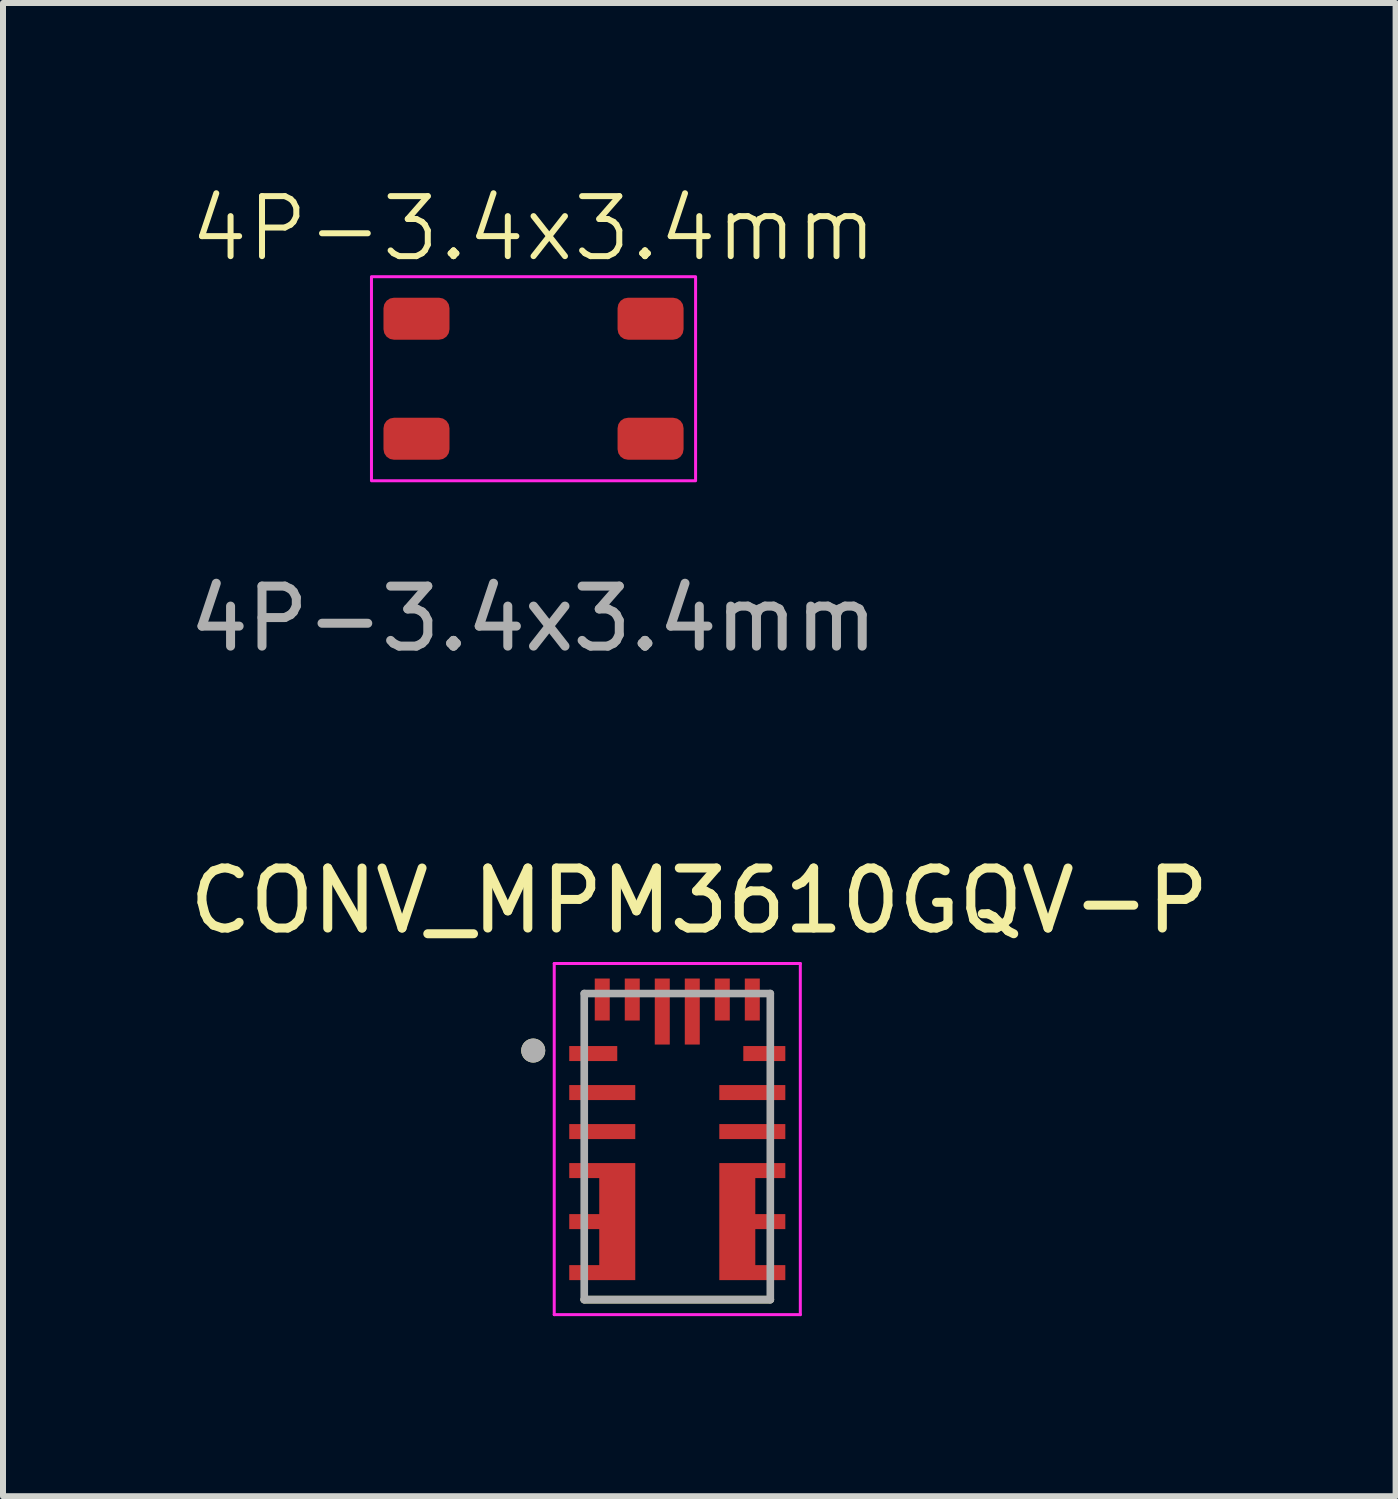
<source format=kicad_pcb>
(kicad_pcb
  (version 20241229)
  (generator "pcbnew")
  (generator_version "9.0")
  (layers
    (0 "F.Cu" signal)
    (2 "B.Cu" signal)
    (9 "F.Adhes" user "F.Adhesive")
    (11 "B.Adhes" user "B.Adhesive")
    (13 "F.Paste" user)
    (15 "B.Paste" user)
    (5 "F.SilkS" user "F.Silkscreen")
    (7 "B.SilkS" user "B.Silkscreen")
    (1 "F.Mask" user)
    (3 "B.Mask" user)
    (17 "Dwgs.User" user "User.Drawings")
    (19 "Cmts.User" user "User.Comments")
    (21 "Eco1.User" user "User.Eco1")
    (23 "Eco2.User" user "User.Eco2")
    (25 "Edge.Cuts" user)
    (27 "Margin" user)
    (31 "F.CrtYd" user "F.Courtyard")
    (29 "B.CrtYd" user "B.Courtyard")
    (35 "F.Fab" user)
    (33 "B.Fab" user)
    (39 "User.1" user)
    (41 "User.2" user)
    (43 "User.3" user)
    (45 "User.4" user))
  (footprint "CONV_MPM3610GQV-P"
    (layer "F.Cu")
    (at 8.234 16.053)
    (property "Reference" "CONV_MPM3610GQV-P" (at 0.367 -4.096 0) (layer "F.SilkS") (effects (font (size 1 1) (thickness 0.15))))
    (attr smd)
    (fp_poly (pts (xy -1.9 0.175) (xy -0.6 0.175) (xy -0.6 2.325) (xy -1.9 2.325) (xy -1.9 1.875) (xy -1.4 1.875) (xy -1.4 1.475) (xy -1.9 1.475) (xy -1.9 1.025) (xy -1.4 1.025) (xy -1.4 0.625) (xy -1.9 0.625) (xy -1.9 0.2)) (stroke (width 0.0001) (type solid)) (fill yes) (layer "F.Mask"))
    (fp_poly (pts (xy 1.9 0.175) (xy 0.6 0.175) (xy 0.6 2.325) (xy 1.9 2.325) (xy 1.9 1.875) (xy 1.4 1.875) (xy 1.4 1.475) (xy 1.9 1.475) (xy 1.9 1.025) (xy 1.4 1.025) (xy 1.4 0.625) (xy 1.9 0.625) (xy 1.9 0.2)) (stroke (width 0.0001) (type solid)) (fill yes) (layer "F.Mask"))
    (fp_line (start -1.55 2.55) (end 1.55 2.55) (stroke (width 0.127) (type solid)) (layer "F.SilkS"))
    (fp_circle (center -2.4 -1.6) (end -2.3 -1.6) (stroke (width 0.2) (type solid)) (fill no) (layer "F.SilkS"))
    (fp_poly (pts (xy -0.7 0.275) (xy -0.7 2.225) (xy -1.8 2.225) (xy -1.8 1.975) (xy -1.3 1.975) (xy -1.3 1.375) (xy -1.8 1.375) (xy -1.8 1.125) (xy -1.3 1.125) (xy -1.3 0.525) (xy -1.8 0.525) (xy -1.8 0.275)) (stroke (width 0.0001) (type solid)) (fill yes) (layer "F.Paste"))
    (fp_poly (pts (xy 0.7 0.275) (xy 0.7 2.225) (xy 1.3 2.225) (xy 1.8 2.225) (xy 1.8 1.975) (xy 1.3 1.975) (xy 1.3 1.375) (xy 1.8 1.375) (xy 1.8 1.125) (xy 1.3 1.125) (xy 1.3 0.525) (xy 1.8 0.525) (xy 1.8 0.275)) (stroke (width 0.0001) (type solid)) (fill yes) (layer "F.Paste"))
    (fp_line (start -2.05 -3.05) (end 2.05 -3.05) (stroke (width 0.05) (type solid)) (layer "F.CrtYd"))
    (fp_line (start -2.05 2.8) (end -2.05 -3.05) (stroke (width 0.05) (type solid)) (layer "F.CrtYd"))
    (fp_line (start 2.05 -3.05) (end 2.05 2.8) (stroke (width 0.05) (type solid)) (layer "F.CrtYd"))
    (fp_line (start 2.05 2.8) (end -2.05 2.8) (stroke (width 0.05) (type solid)) (layer "F.CrtYd"))
    (fp_line (start -1.55 -2.55) (end -1.55 2.55) (stroke (width 0.127) (type solid)) (layer "F.Fab"))
    (fp_line (start -1.55 2.55) (end 1.55 2.55) (stroke (width 0.127) (type solid)) (layer "F.Fab"))
    (fp_line (start 1.55 -2.55) (end -1.55 -2.55) (stroke (width 0.127) (type solid)) (layer "F.Fab"))
    (fp_line (start 1.55 2.55) (end 1.55 -2.55) (stroke (width 0.127) (type solid)) (layer "F.Fab"))
    (fp_circle (center -2.4 -1.6) (end -2.3 -1.6) (stroke (width 0.2) (type solid)) (fill no) (layer "F.Fab"))
    (pad "1" smd rect (at -1.4 -1.55) (size 0.8 0.25) (layers "F.Cu" "F.Mask" "F.Paste"))
    (pad "2" smd rect (at -1.25 -0.9) (size 1.1 0.25) (layers "F.Cu" "F.Mask" "F.Paste"))
    (pad "3" smd rect (at -1.25 -0.25) (size 1.1 0.25) (layers "F.Cu" "F.Mask" "F.Paste"))
    (pad "6" smd custom (at -1 1.3) (size 0.5 0.5) (layers "F.Cu") (options (anchor rect)) (primitives (gr_poly (pts (xy 0.3 -1.025) (xy 0.3 0.925) (xy -0.8 0.925) (xy -0.8 0.675) (xy -0.3 0.675) (xy -0.3 0.075) (xy -0.8 0.075) (xy -0.8 -0.175) (xy -0.3 -0.175) (xy -0.3 -0.775) (xy -0.8 -0.775) (xy -0.8 -1.025)) (width 0.0001) (fill yes))))
    (pad "7" smd custom (at 1 1.3) (size 0.5 0.5) (layers "F.Cu") (options (anchor rect)) (primitives (gr_poly (pts (xy -0.3 -1.025) (xy -0.3 0.925) (xy 0.3 0.925) (xy 0.8 0.925) (xy 0.8 0.675) (xy 0.3 0.675) (xy 0.3 0.075) (xy 0.8 0.075) (xy 0.8 -0.175) (xy 0.3 -0.175) (xy 0.3 -0.775) (xy 0.8 -0.775) (xy 0.8 -1.025)) (width 0.0001) (fill yes))))
    (pad "10" smd rect (at 1.25 -0.25) (size 1.1 0.25) (layers "F.Cu" "F.Mask" "F.Paste"))
    (pad "11" smd rect (at 1.25 -0.9) (size 1.1 0.25) (layers "F.Cu" "F.Mask" "F.Paste"))
    (pad "12" smd rect (at 1.45 -1.55) (size 0.7 0.25) (layers "F.Cu" "F.Mask" "F.Paste"))
    (pad "13" smd rect (at 1.25 -2.45) (size 0.25 0.7) (layers "F.Cu" "F.Mask" "F.Paste"))
    (pad "14" smd rect (at 0.75 -2.45) (size 0.25 0.7) (layers "F.Cu" "F.Mask" "F.Paste"))
    (pad "15" smd rect (at 0.25 -2.25) (size 0.25 1.1) (layers "F.Cu" "F.Mask" "F.Paste"))
    (pad "16" smd rect (at -0.25 -2.25) (size 0.25 1.1) (layers "F.Cu" "F.Mask" "F.Paste"))
    (pad "17" smd rect (at -0.75 -2.45) (size 0.25 0.7) (layers "F.Cu" "F.Mask" "F.Paste"))
    (pad "18" smd rect (at -1.25 -2.45) (size 0.25 0.7) (layers "F.Cu" "F.Mask" "F.Paste"))
    (zone (net_name "") (layer "F.Cu") (hatch full 0.508) (connect_pads) (min_thickness 0.01) (filled_areas_thickness no) (keepout (tracks not_allowed) (vias not_allowed) (pads not_allowed) (copperpour not_allowed) (footprints allowed)) (placement (enabled no)) (fill) (polygon (pts (xy 7.659 15.083) (xy 8.809 15.083) (xy 8.809 15.873) (xy 7.659 15.873))))
    (zone (net_name "") (layers "F.Cu" "B.Cu") (hatch full 0.508) (connect_pads) (min_thickness 0.01) (filled_areas_thickness no) (keepout (tracks allowed) (vias not_allowed) (pads allowed) (copperpour allowed) (footprints allowed)) (placement (enabled no)) (fill) (polygon (pts (xy 7.659 15.083) (xy 8.809 15.083) (xy 8.809 15.873) (xy 7.659 15.873)))))
  (footprint "4P-3.4x3.4mm"
    (layer "F.Cu")
    (at 5.839 3.26)
    (property "Reference" "4P-3.4x3.4mm" (at 0 -2.5 0) (unlocked yes) (layer "F.SilkS") (effects (font (size 1 1) (thickness 0.1))))
    (attr smd)
    (fp_rect (start -2.7 -1.7) (end 2.7 1.7) (stroke (width 0.05) (type default)) (fill no) (layer "F.CrtYd"))
    (fp_text user "${REFERENCE}" (at 0 4 0) (unlocked yes) (layer "F.Fab") (effects (font (size 1 1) (thickness 0.15))))
    (pad "1" smd roundrect (at -1.95 -1) (size 1.1 0.7) (layers "F.Cu" "F.Mask" "F.Paste") (roundrect_rratio 0.25))
    (pad "2" smd roundrect (at 1.95 -1) (size 1.1 0.7) (layers "F.Cu" "F.Mask" "F.Paste") (roundrect_rratio 0.25))
    (pad "3" smd roundrect (at -1.95 1) (size 1.1 0.7) (layers "F.Cu" "F.Mask" "F.Paste") (roundrect_rratio 0.25))
    (pad "4" smd roundrect (at 1.95 1) (size 1.1 0.7) (layers "F.Cu" "F.Mask" "F.Paste") (roundrect_rratio 0.25)))
  (gr_rect
    (start -3 -3)
    (end 20.202 21.878)
    (stroke (width 0.1) (type default))
    (fill no)
    (layer "Edge.Cuts")))
</source>
